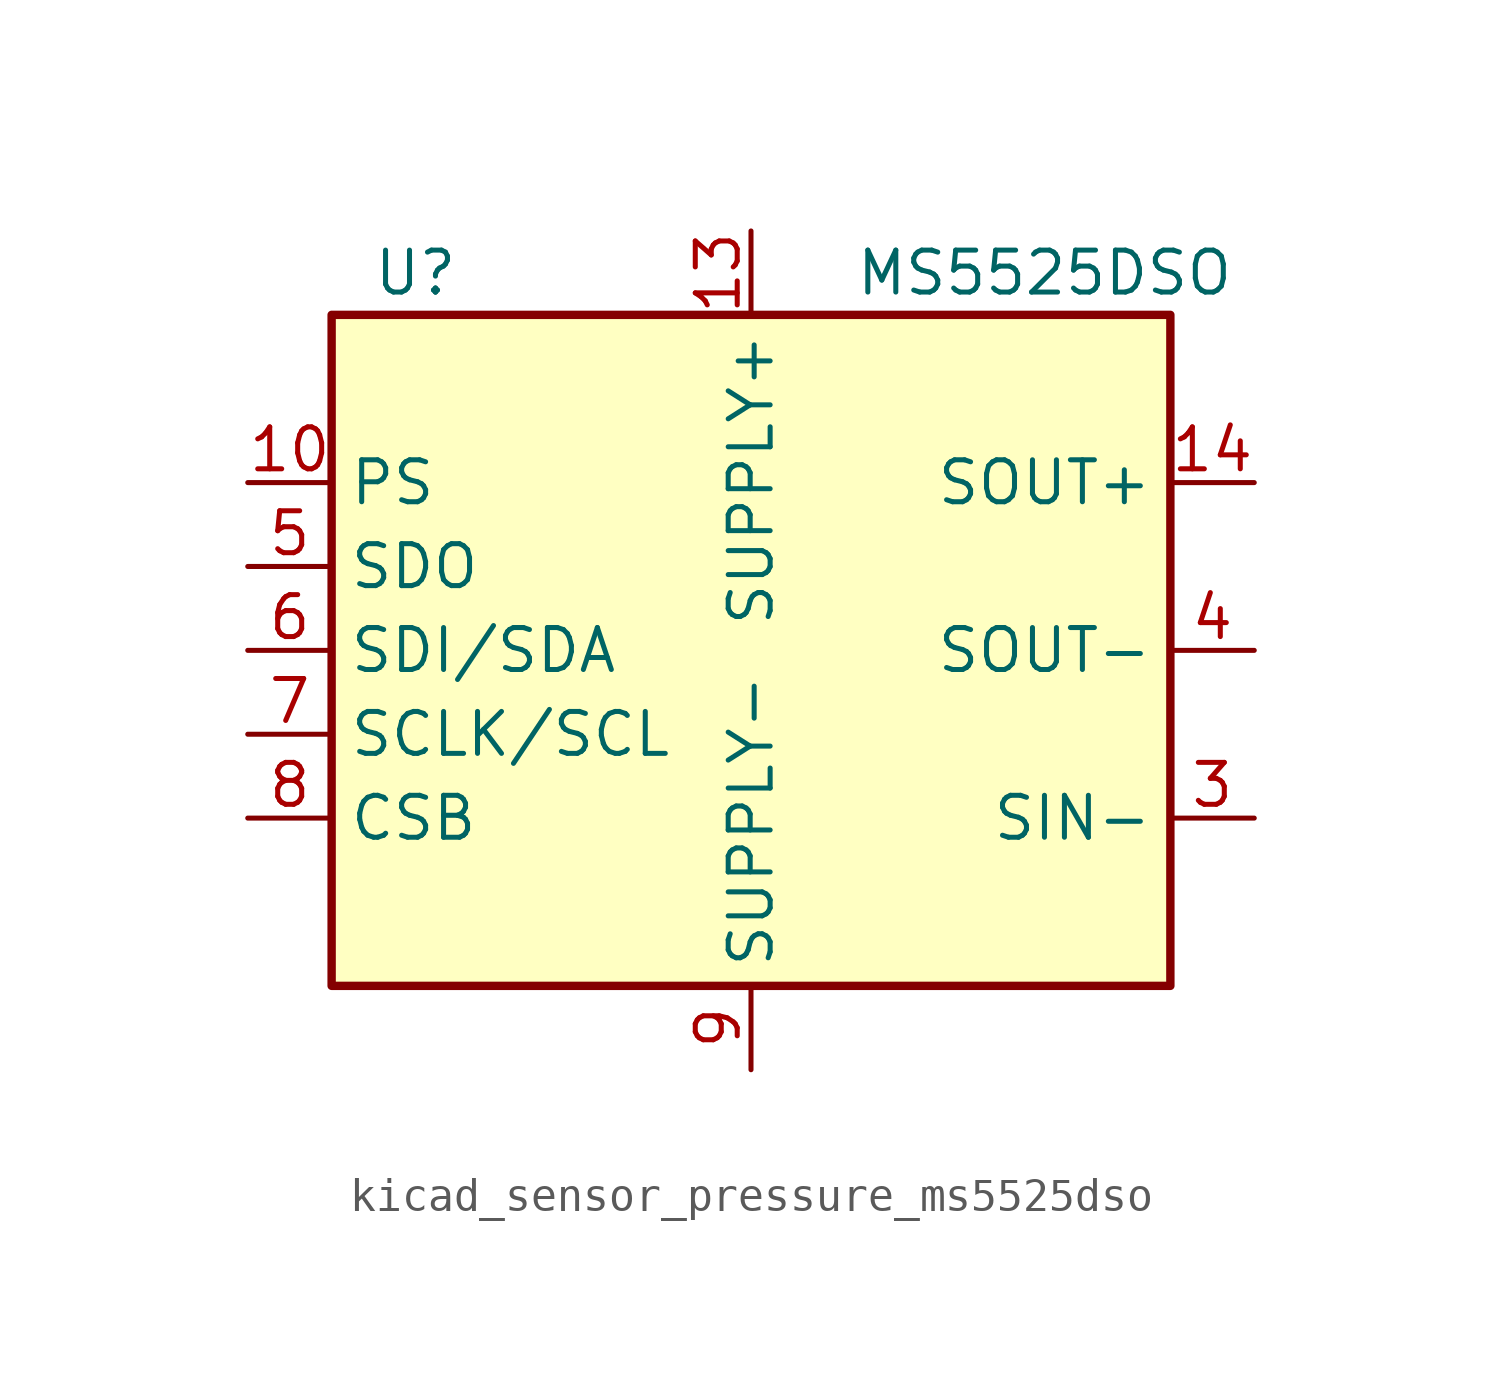
<source format=kicad_sym>
(kicad_symbol_lib
  (version 20220914)
  (generator kicad_symbol_editor)
  (symbol "kicad_sensor_pressure_ms5525dso"
    (property "Reference" "U"
      (at -10.16 11.43 0)
      (effects (font (size 1.27 1.27))))
    (property "Value" "MS5525DSO"
      (at 8.89 11.43 0)
      (effects (font (size 1.27 1.27))))
    (symbol "kicad_sensor_pressure_ms5525dso_0_1"
      (rectangle (start -12.7 10.16) (end 12.7 -10.16) (stroke (width 0.254) (type default)) (fill (type background))))
    (symbol "kicad_sensor_pressure_ms5525dso_1_1"
      (pin passive line (at 15.24 -5.08 180) (length 2.54) hide (name "SIN-" (effects (font (size 1.27 1.27)))) (number "1" (effects (font (size 1.27 1.27)))))
      (pin input line (at -15.24 5.08 0) (length 2.54) (name "PS" (effects (font (size 1.27 1.27)))) (number "10" (effects (font (size 1.27 1.27)))))
      (pin passive line (at 0 12.7 270) (length 2.54) hide (name "SUPPLY+" (effects (font (size 1.27 1.27)))) (number "11" (effects (font (size 1.27 1.27)))))
      (pin passive line (at 15.24 5.08 180) (length 2.54) hide (name "SOUT+" (effects (font (size 1.27 1.27)))) (number "12" (effects (font (size 1.27 1.27)))))
      (pin power_in line (at 0 12.7 270) (length 2.54) (name "SUPPLY+" (effects (font (size 1.27 1.27)))) (number "13" (effects (font (size 1.27 1.27)))))
      (pin passive line (at 15.24 5.08 180) (length 2.54) (name "SOUT+" (effects (font (size 1.27 1.27)))) (number "14" (effects (font (size 1.27 1.27)))))
      (pin passive line (at 15.24 0 180) (length 2.54) hide (name "SOUT-" (effects (font (size 1.27 1.27)))) (number "2" (effects (font (size 1.27 1.27)))))
      (pin passive line (at 15.24 -5.08 180) (length 2.54) (name "SIN-" (effects (font (size 1.27 1.27)))) (number "3" (effects (font (size 1.27 1.27)))))
      (pin passive line (at 15.24 0 180) (length 2.54) (name "SOUT-" (effects (font (size 1.27 1.27)))) (number "4" (effects (font (size 1.27 1.27)))))
      (pin output line (at -15.24 2.54 0) (length 2.54) (name "SDO" (effects (font (size 1.27 1.27)))) (number "5" (effects (font (size 1.27 1.27)))))
      (pin input line (at -15.24 0 0) (length 2.54) (name "SDI/SDA" (effects (font (size 1.27 1.27)))) (number "6" (effects (font (size 1.27 1.27)))))
      (pin input line (at -15.24 -2.54 0) (length 2.54) (name "SCLK/SCL" (effects (font (size 1.27 1.27)))) (number "7" (effects (font (size 1.27 1.27)))))
      (pin input line (at -15.24 -5.08 0) (length 2.54) (name "CSB" (effects (font (size 1.27 1.27)))) (number "8" (effects (font (size 1.27 1.27)))))
      (pin power_in line (at 0 -12.7 90) (length 2.54) (name "SUPPLY-" (effects (font (size 1.27 1.27)))) (number "9" (effects (font (size 1.27 1.27))))))))
</source>
